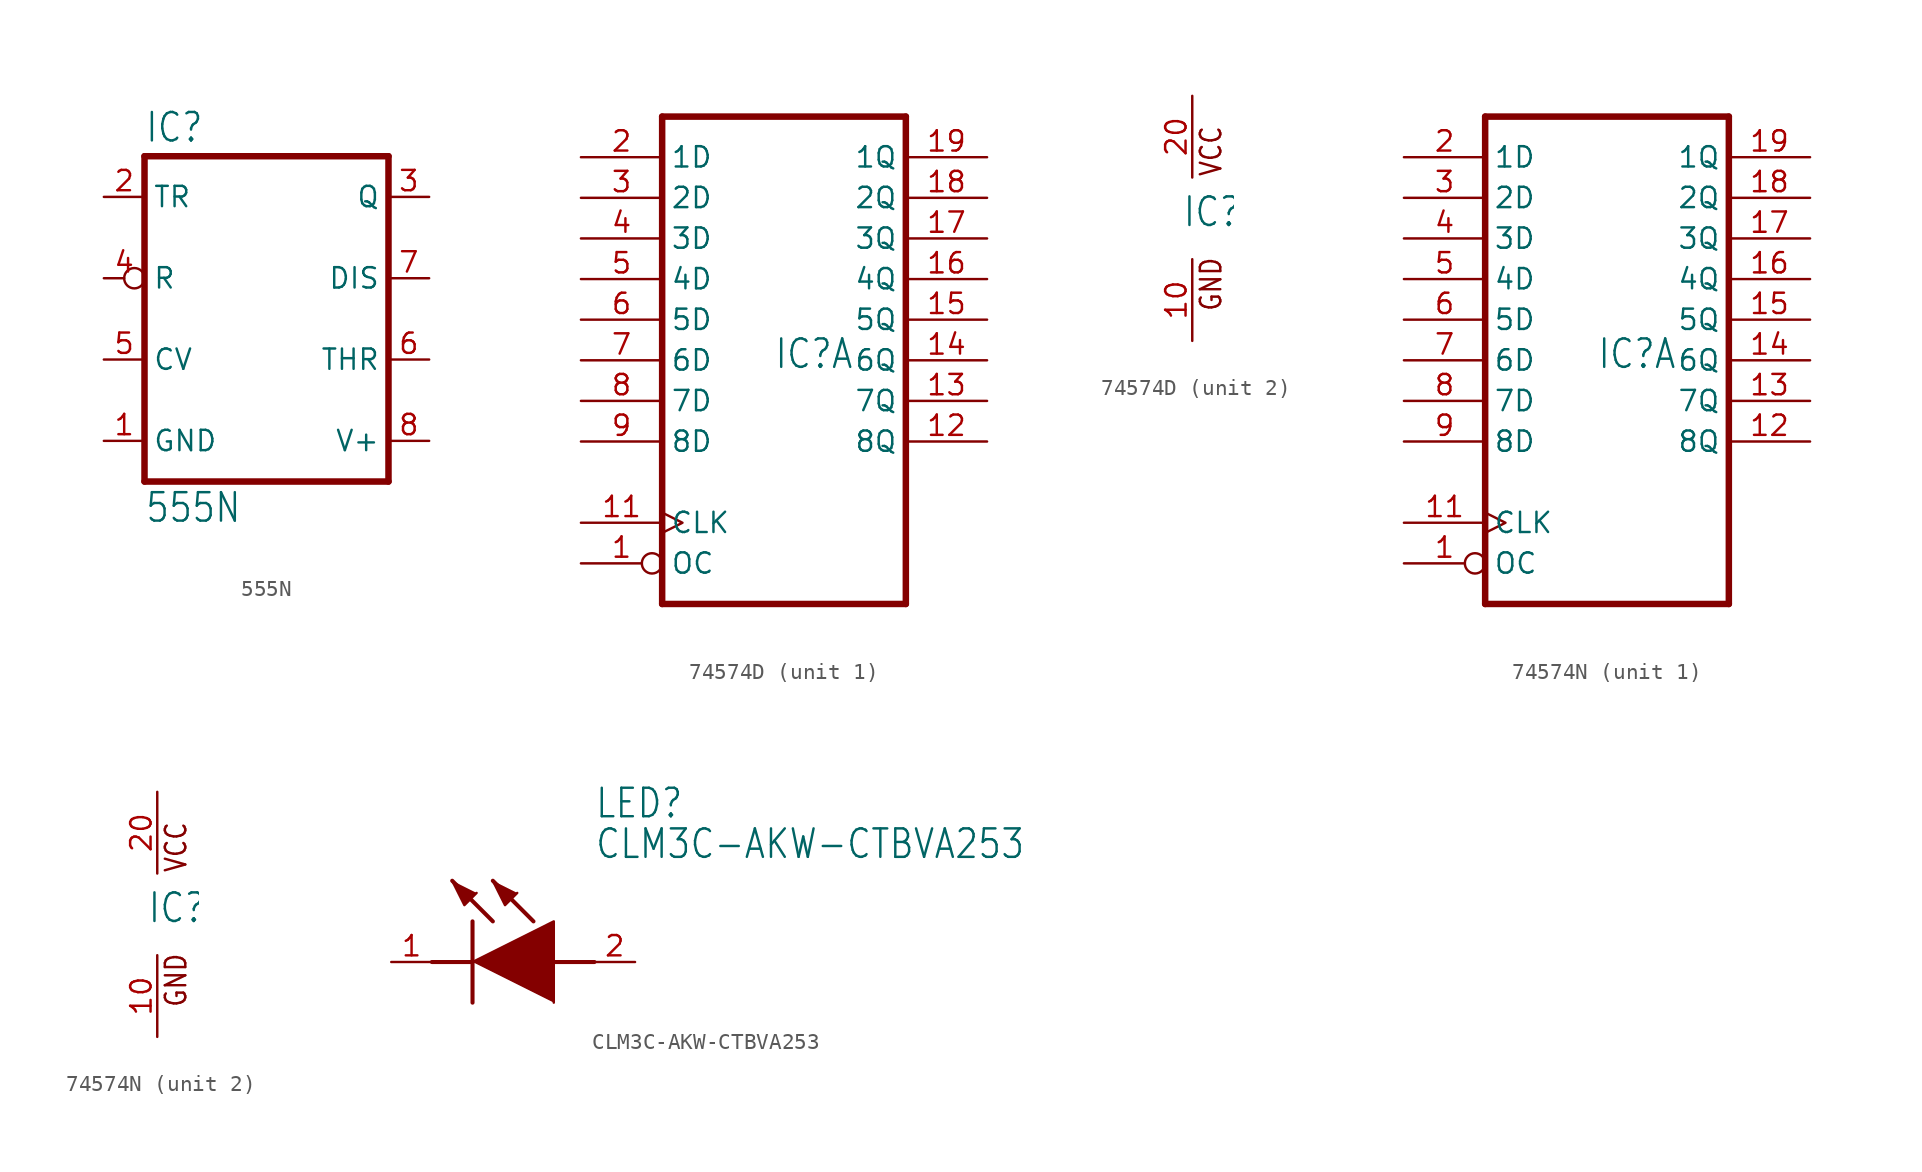
<source format=kicad_sym>
(kicad_symbol_lib
  (version 20211014)
  (generator kicad_symbol_editor)
  (symbol "555N"
    (property "Reference" "IC"
      (at -7.62 10.922 0)
      (effects (font (size 1.778 1.511)) (justify left bottom)))
    (property "Value" "555N"
      (at -7.62 -12.827 0)
      (effects (font (size 1.778 1.511)) (justify left bottom)))
    (property "ki_locked" ""
      (at 0 0 0)
      (effects (font (size 1.27 1.27))))
    (symbol "555N_1_0"
      (polyline (pts (xy -7.62 -10.16) (xy 7.62 -10.16)) (stroke (width 0.406) (type default) (color 0 0 0 0)) (fill (type none)))
      (polyline (pts (xy -7.62 10.16) (xy -7.62 -10.16)) (stroke (width 0.406) (type default) (color 0 0 0 0)) (fill (type none)))
      (polyline (pts (xy 7.62 -10.16) (xy 7.62 10.16)) (stroke (width 0.406) (type default) (color 0 0 0 0)) (fill (type none)))
      (polyline (pts (xy 7.62 10.16) (xy -7.62 10.16)) (stroke (width 0.406) (type default) (color 0 0 0 0)) (fill (type none)))
      (pin power_in line (at -10.16 -7.62 0) (length 2.54) (name "GND" (effects (font (size 1.27 1.27)))) (number "1" (effects (font (size 1.27 1.27)))))
      (pin input line (at -10.16 7.62 0) (length 2.54) (name "TR" (effects (font (size 1.27 1.27)))) (number "2" (effects (font (size 1.27 1.27)))))
      (pin output line (at 10.16 7.62 180) (length 2.54) (name "Q" (effects (font (size 1.27 1.27)))) (number "3" (effects (font (size 1.27 1.27)))))
      (pin input inverted (at -10.16 2.54 0) (length 2.54) (name "R" (effects (font (size 1.27 1.27)))) (number "4" (effects (font (size 1.27 1.27)))))
      (pin input line (at -10.16 -2.54 0) (length 2.54) (name "CV" (effects (font (size 1.27 1.27)))) (number "5" (effects (font (size 1.27 1.27)))))
      (pin input line (at 10.16 -2.54 180) (length 2.54) (name "THR" (effects (font (size 1.27 1.27)))) (number "6" (effects (font (size 1.27 1.27)))))
      (pin input line (at 10.16 2.54 180) (length 2.54) (name "DIS" (effects (font (size 1.27 1.27)))) (number "7" (effects (font (size 1.27 1.27)))))
      (pin power_in line (at 10.16 -7.62 180) (length 2.54) (name "V+" (effects (font (size 1.27 1.27)))) (number "8" (effects (font (size 1.27 1.27)))))))
  (symbol "74574D"
    (property "Reference" "IC"
      (at -0.635 -0.635 0)
      (effects (font (size 1.778 1.511)) (justify left bottom)))
    (property "ki_locked" ""
      (at 0 0 0)
      (effects (font (size 1.27 1.27))))
    (symbol "74574D_1_0"
      (polyline (pts (xy -7.62 -15.24) (xy 7.62 -15.24)) (stroke (width 0.406) (type default) (color 0 0 0 0)) (fill (type none)))
      (polyline (pts (xy -7.62 15.24) (xy -7.62 -15.24)) (stroke (width 0.406) (type default) (color 0 0 0 0)) (fill (type none)))
      (polyline (pts (xy 7.62 -15.24) (xy 7.62 15.24)) (stroke (width 0.406) (type default) (color 0 0 0 0)) (fill (type none)))
      (polyline (pts (xy 7.62 15.24) (xy -7.62 15.24)) (stroke (width 0.406) (type default) (color 0 0 0 0)) (fill (type none)))
      (pin input inverted (at -12.7 -12.7 0) (length 5.08) (name "OC" (effects (font (size 1.27 1.27)))) (number "1" (effects (font (size 1.27 1.27)))))
      (pin input clock (at -12.7 -10.16 0) (length 5.08) (name "CLK" (effects (font (size 1.27 1.27)))) (number "11" (effects (font (size 1.27 1.27)))))
      (pin tri_state line (at 12.7 -5.08 180) (length 5.08) (name "8Q" (effects (font (size 1.27 1.27)))) (number "12" (effects (font (size 1.27 1.27)))))
      (pin tri_state line (at 12.7 -2.54 180) (length 5.08) (name "7Q" (effects (font (size 1.27 1.27)))) (number "13" (effects (font (size 1.27 1.27)))))
      (pin tri_state line (at 12.7 0 180) (length 5.08) (name "6Q" (effects (font (size 1.27 1.27)))) (number "14" (effects (font (size 1.27 1.27)))))
      (pin tri_state line (at 12.7 2.54 180) (length 5.08) (name "5Q" (effects (font (size 1.27 1.27)))) (number "15" (effects (font (size 1.27 1.27)))))
      (pin tri_state line (at 12.7 5.08 180) (length 5.08) (name "4Q" (effects (font (size 1.27 1.27)))) (number "16" (effects (font (size 1.27 1.27)))))
      (pin tri_state line (at 12.7 7.62 180) (length 5.08) (name "3Q" (effects (font (size 1.27 1.27)))) (number "17" (effects (font (size 1.27 1.27)))))
      (pin tri_state line (at 12.7 10.16 180) (length 5.08) (name "2Q" (effects (font (size 1.27 1.27)))) (number "18" (effects (font (size 1.27 1.27)))))
      (pin tri_state line (at 12.7 12.7 180) (length 5.08) (name "1Q" (effects (font (size 1.27 1.27)))) (number "19" (effects (font (size 1.27 1.27)))))
      (pin input line (at -12.7 12.7 0) (length 5.08) (name "1D" (effects (font (size 1.27 1.27)))) (number "2" (effects (font (size 1.27 1.27)))))
      (pin input line (at -12.7 10.16 0) (length 5.08) (name "2D" (effects (font (size 1.27 1.27)))) (number "3" (effects (font (size 1.27 1.27)))))
      (pin input line (at -12.7 7.62 0) (length 5.08) (name "3D" (effects (font (size 1.27 1.27)))) (number "4" (effects (font (size 1.27 1.27)))))
      (pin input line (at -12.7 5.08 0) (length 5.08) (name "4D" (effects (font (size 1.27 1.27)))) (number "5" (effects (font (size 1.27 1.27)))))
      (pin input line (at -12.7 2.54 0) (length 5.08) (name "5D" (effects (font (size 1.27 1.27)))) (number "6" (effects (font (size 1.27 1.27)))))
      (pin input line (at -12.7 0 0) (length 5.08) (name "6D" (effects (font (size 1.27 1.27)))) (number "7" (effects (font (size 1.27 1.27)))))
      (pin input line (at -12.7 -2.54 0) (length 5.08) (name "7D" (effects (font (size 1.27 1.27)))) (number "8" (effects (font (size 1.27 1.27)))))
      (pin input line (at -12.7 -5.08 0) (length 5.08) (name "8D" (effects (font (size 1.27 1.27)))) (number "9" (effects (font (size 1.27 1.27))))))
    (symbol "74574D_2_0"
      (text "GND" (at 1.905 -5.842 900) (effects (font (size 1.27 1.079)) (justify left bottom)))
      (text "VCC" (at 1.905 2.54 900) (effects (font (size 1.27 1.079)) (justify left bottom)))
      (pin power_in line (at 0 -7.62 90) (length 5.08) (name "GND" (effects (font (size 0 0)))) (number "10" (effects (font (size 1.27 1.27)))))
      (pin power_in line (at 0 7.62 270) (length 5.08) (name "VCC" (effects (font (size 0 0)))) (number "20" (effects (font (size 1.27 1.27)))))))
  (symbol "74574N"
    (property "Reference" "IC"
      (at -0.635 -0.635 0)
      (effects (font (size 1.778 1.511)) (justify left bottom)))
    (property "ki_locked" ""
      (at 0 0 0)
      (effects (font (size 1.27 1.27))))
    (symbol "74574N_1_0"
      (polyline (pts (xy -7.62 -15.24) (xy 7.62 -15.24)) (stroke (width 0.406) (type default) (color 0 0 0 0)) (fill (type none)))
      (polyline (pts (xy -7.62 15.24) (xy -7.62 -15.24)) (stroke (width 0.406) (type default) (color 0 0 0 0)) (fill (type none)))
      (polyline (pts (xy 7.62 -15.24) (xy 7.62 15.24)) (stroke (width 0.406) (type default) (color 0 0 0 0)) (fill (type none)))
      (polyline (pts (xy 7.62 15.24) (xy -7.62 15.24)) (stroke (width 0.406) (type default) (color 0 0 0 0)) (fill (type none)))
      (pin input inverted (at -12.7 -12.7 0) (length 5.08) (name "OC" (effects (font (size 1.27 1.27)))) (number "1" (effects (font (size 1.27 1.27)))))
      (pin input clock (at -12.7 -10.16 0) (length 5.08) (name "CLK" (effects (font (size 1.27 1.27)))) (number "11" (effects (font (size 1.27 1.27)))))
      (pin tri_state line (at 12.7 -5.08 180) (length 5.08) (name "8Q" (effects (font (size 1.27 1.27)))) (number "12" (effects (font (size 1.27 1.27)))))
      (pin tri_state line (at 12.7 -2.54 180) (length 5.08) (name "7Q" (effects (font (size 1.27 1.27)))) (number "13" (effects (font (size 1.27 1.27)))))
      (pin tri_state line (at 12.7 0 180) (length 5.08) (name "6Q" (effects (font (size 1.27 1.27)))) (number "14" (effects (font (size 1.27 1.27)))))
      (pin tri_state line (at 12.7 2.54 180) (length 5.08) (name "5Q" (effects (font (size 1.27 1.27)))) (number "15" (effects (font (size 1.27 1.27)))))
      (pin tri_state line (at 12.7 5.08 180) (length 5.08) (name "4Q" (effects (font (size 1.27 1.27)))) (number "16" (effects (font (size 1.27 1.27)))))
      (pin tri_state line (at 12.7 7.62 180) (length 5.08) (name "3Q" (effects (font (size 1.27 1.27)))) (number "17" (effects (font (size 1.27 1.27)))))
      (pin tri_state line (at 12.7 10.16 180) (length 5.08) (name "2Q" (effects (font (size 1.27 1.27)))) (number "18" (effects (font (size 1.27 1.27)))))
      (pin tri_state line (at 12.7 12.7 180) (length 5.08) (name "1Q" (effects (font (size 1.27 1.27)))) (number "19" (effects (font (size 1.27 1.27)))))
      (pin input line (at -12.7 12.7 0) (length 5.08) (name "1D" (effects (font (size 1.27 1.27)))) (number "2" (effects (font (size 1.27 1.27)))))
      (pin input line (at -12.7 10.16 0) (length 5.08) (name "2D" (effects (font (size 1.27 1.27)))) (number "3" (effects (font (size 1.27 1.27)))))
      (pin input line (at -12.7 7.62 0) (length 5.08) (name "3D" (effects (font (size 1.27 1.27)))) (number "4" (effects (font (size 1.27 1.27)))))
      (pin input line (at -12.7 5.08 0) (length 5.08) (name "4D" (effects (font (size 1.27 1.27)))) (number "5" (effects (font (size 1.27 1.27)))))
      (pin input line (at -12.7 2.54 0) (length 5.08) (name "5D" (effects (font (size 1.27 1.27)))) (number "6" (effects (font (size 1.27 1.27)))))
      (pin input line (at -12.7 0 0) (length 5.08) (name "6D" (effects (font (size 1.27 1.27)))) (number "7" (effects (font (size 1.27 1.27)))))
      (pin input line (at -12.7 -2.54 0) (length 5.08) (name "7D" (effects (font (size 1.27 1.27)))) (number "8" (effects (font (size 1.27 1.27)))))
      (pin input line (at -12.7 -5.08 0) (length 5.08) (name "8D" (effects (font (size 1.27 1.27)))) (number "9" (effects (font (size 1.27 1.27))))))
    (symbol "74574N_2_0"
      (text "GND" (at 1.905 -5.842 900) (effects (font (size 1.27 1.079)) (justify left bottom)))
      (text "VCC" (at 1.905 2.54 900) (effects (font (size 1.27 1.079)) (justify left bottom)))
      (pin power_in line (at 0 -7.62 90) (length 5.08) (name "GND" (effects (font (size 0 0)))) (number "10" (effects (font (size 1.27 1.27)))))
      (pin power_in line (at 0 7.62 270) (length 5.08) (name "VCC" (effects (font (size 0 0)))) (number "20" (effects (font (size 1.27 1.27)))))))
  (symbol "CLM3C-AKW-CTBVA253"
    (property "Reference" "LED"
      (at 12.7 8.89 0)
      (effects (font (size 1.778 1.511)) (justify left bottom)))
    (property "Value" "CLM3C-AKW-CTBVA253"
      (at 12.7 6.35 0)
      (effects (font (size 1.778 1.511)) (justify left bottom)))
    (property "ki_locked" ""
      (at 0 0 0)
      (effects (font (size 1.27 1.27))))
    (symbol "CLM3C-AKW-CTBVA253_1_0"
      (polyline (pts (xy 2.54 0) (xy 5.08 0)) (stroke (width 0.254) (type default) (color 0 0 0 0)) (fill (type none)))
      (polyline (pts (xy 5.08 2.54) (xy 5.08 -2.54)) (stroke (width 0.254) (type default) (color 0 0 0 0)) (fill (type none)))
      (polyline (pts (xy 6.35 2.54) (xy 3.81 5.08)) (stroke (width 0.254) (type default) (color 0 0 0 0)) (fill (type none)))
      (polyline (pts (xy 8.89 2.54) (xy 6.35 5.08)) (stroke (width 0.254) (type default) (color 0 0 0 0)) (fill (type none)))
      (polyline (pts (xy 10.16 0) (xy 12.7 0)) (stroke (width 0.254) (type default) (color 0 0 0 0)) (fill (type none)))
      (polyline (pts (xy 5.08 0) (xy 10.16 2.54) (xy 10.16 -2.54)) (stroke (width 0) (type default) (color 0 0 0 0)) (fill (type outline)))
      (polyline (pts (xy 5.334 4.318) (xy 4.572 3.556) (xy 3.81 5.08)) (stroke (width 0) (type default) (color 0 0 0 0)) (fill (type outline)))
      (polyline (pts (xy 7.874 4.318) (xy 7.112 3.556) (xy 6.35 5.08)) (stroke (width 0) (type default) (color 0 0 0 0)) (fill (type outline)))
      (pin bidirectional line (at 0 0 0) (length 2.54) (name "K" (effects (font (size 0 0)))) (number "1" (effects (font (size 1.27 1.27)))))
      (pin bidirectional line (at 15.24 0 180) (length 2.54) (name "A" (effects (font (size 0 0)))) (number "2" (effects (font (size 1.27 1.27))))))))
</source>
